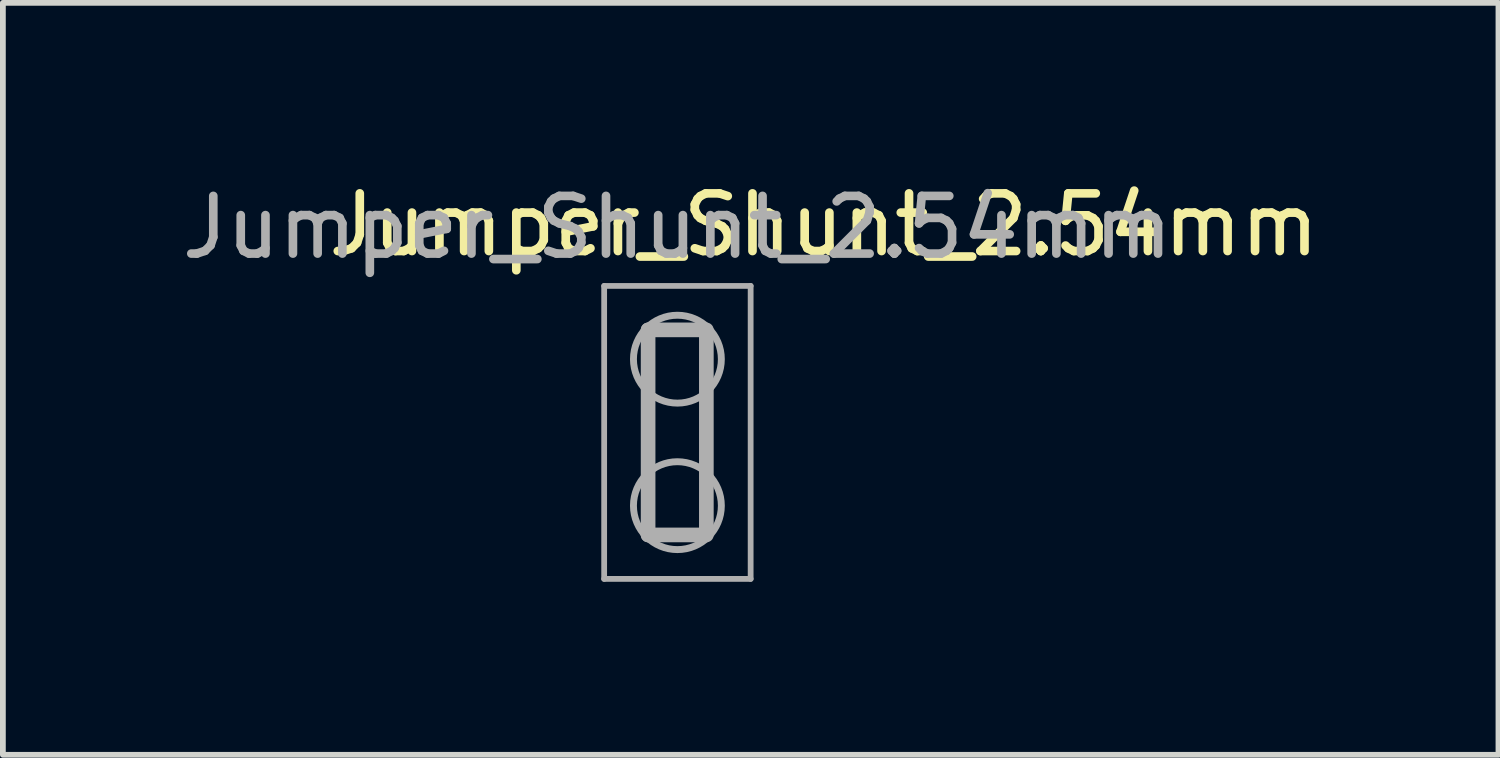
<source format=kicad_pcb>
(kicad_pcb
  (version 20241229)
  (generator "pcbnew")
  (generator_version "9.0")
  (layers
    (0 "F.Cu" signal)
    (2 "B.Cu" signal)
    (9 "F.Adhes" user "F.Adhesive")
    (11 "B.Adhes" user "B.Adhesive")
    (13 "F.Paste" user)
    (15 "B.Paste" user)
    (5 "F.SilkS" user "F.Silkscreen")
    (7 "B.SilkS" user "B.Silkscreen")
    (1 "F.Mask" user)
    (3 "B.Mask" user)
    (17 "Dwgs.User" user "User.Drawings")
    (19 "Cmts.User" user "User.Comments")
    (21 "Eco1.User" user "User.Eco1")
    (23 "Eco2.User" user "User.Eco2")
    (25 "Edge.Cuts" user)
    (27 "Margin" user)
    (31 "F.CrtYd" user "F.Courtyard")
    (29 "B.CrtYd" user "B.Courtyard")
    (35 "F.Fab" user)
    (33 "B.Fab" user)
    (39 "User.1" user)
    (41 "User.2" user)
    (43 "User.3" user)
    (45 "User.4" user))
  (footprint "Jumper_Shunt_2.54mm"
    (layer "F.Cu")
    (at 8.696 4.448)
    (property "Reference" "Jumper_Shunt_2.54mm" (at 2.54 -3.6 0) (layer "F.SilkS") (effects (font (size 1 1) (thickness 0.15))))
    (attr through_hole)
    (fp_line (start -1.27 -2.54) (end 1.27 -2.54) (stroke (width 0.1) (type solid)) (layer "F.Fab"))
    (fp_line (start -1.27 2.54) (end -1.27 -2.54) (stroke (width 0.1) (type solid)) (layer "F.Fab"))
    (fp_line (start -0.508 -1.778) (end -0.508 1.778) (stroke (width 0.254) (type solid)) (layer "F.Fab"))
    (fp_line (start -0.508 -1.778) (end 0.457 -1.778) (stroke (width 0.254) (type solid)) (layer "F.Fab"))
    (fp_line (start -0.508 1.778) (end 0.457 1.778) (stroke (width 0.254) (type solid)) (layer "F.Fab"))
    (fp_line (start 0.502 -1.778) (end 0.502 1.778) (stroke (width 0.254) (type solid)) (layer "F.Fab"))
    (fp_line (start 1.27 -2.54) (end 1.27 2.54) (stroke (width 0.1) (type solid)) (layer "F.Fab"))
    (fp_line (start 1.27 2.54) (end -1.27 2.54) (stroke (width 0.1) (type solid)) (layer "F.Fab"))
    (fp_circle (center 0 -1.27) (end 0.762 -1.27) (stroke (width 0.12) (type solid)) (fill no) (layer "F.Fab"))
    (fp_circle (center 0 1.27) (end 0.762 1.27) (stroke (width 0.12) (type solid)) (fill no) (layer "F.Fab"))
    (fp_text user "${REFERENCE}" (at 0 -3.556 180) (layer "F.Fab") (effects (font (size 1 1) (thickness 0.15)))))
  (gr_rect
    (start -3 -3)
    (end 22.933 10.038)
    (stroke (width 0.1) (type default))
    (fill no)
    (layer "Edge.Cuts")))
</source>
